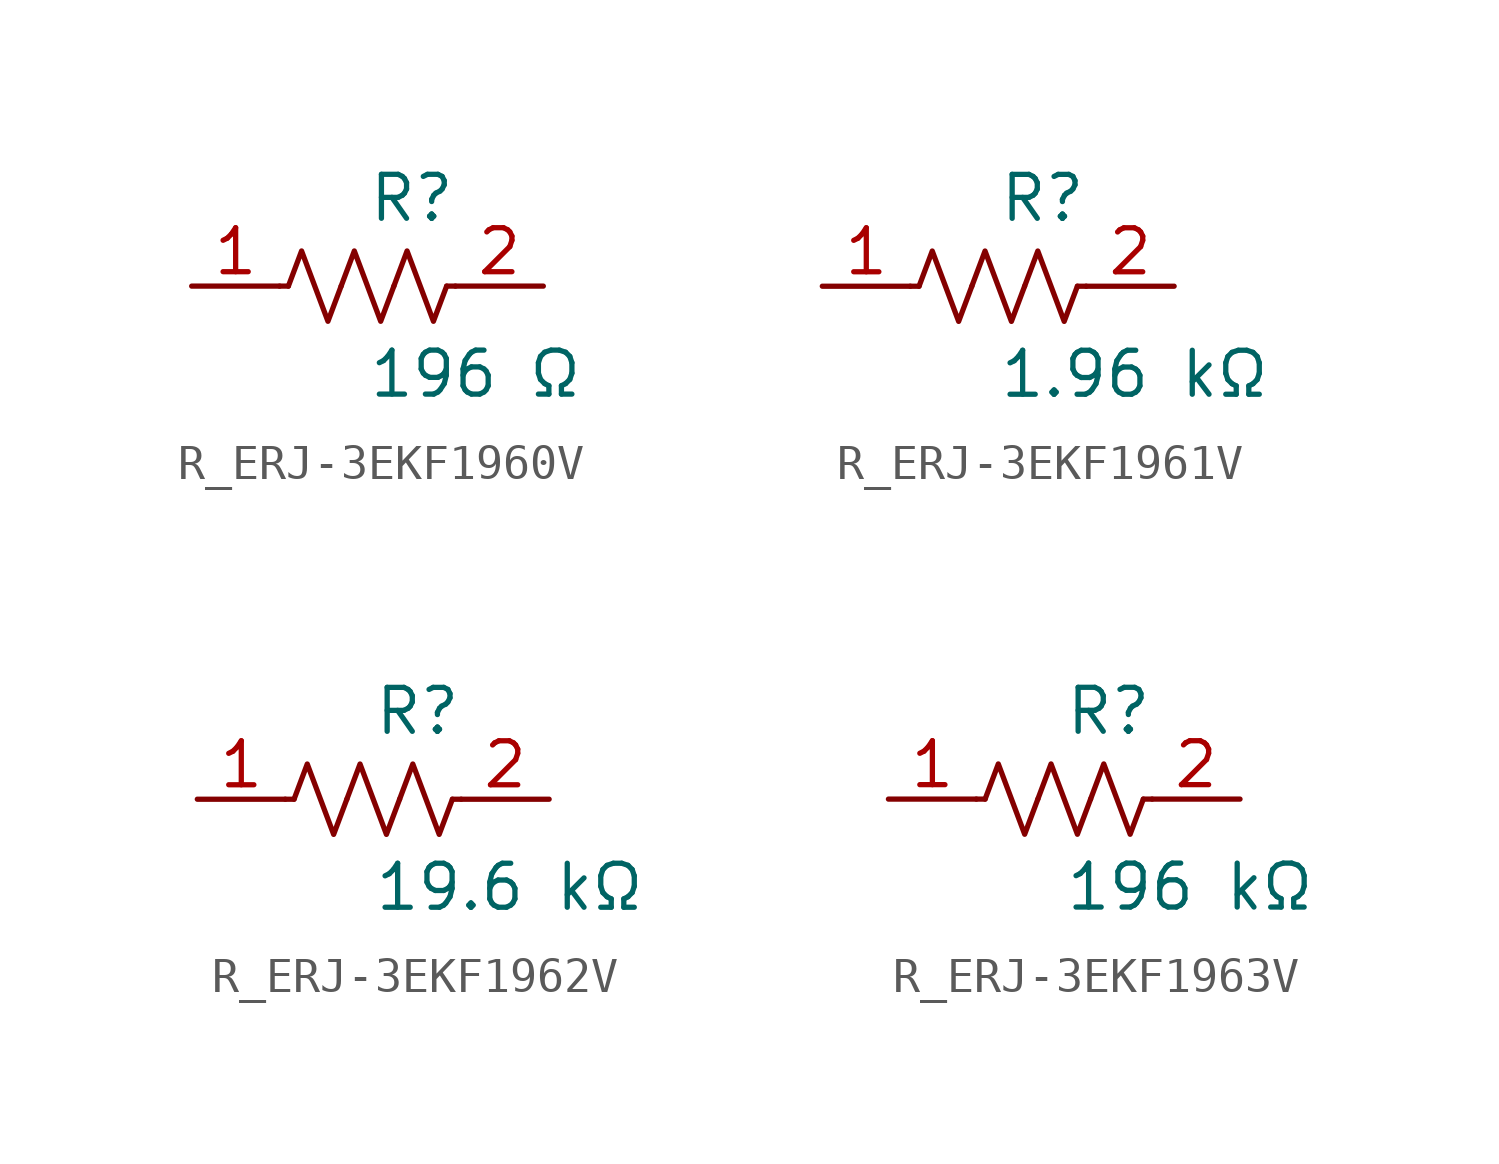
<source format=kicad_sym>
(kicad_symbol_lib
  (version 20231120)
  (generator "kicad_symbol_editor")
  (generator_version "8.0")
  (symbol "R_ERJ-3EKF1960V"
    (pin_names
      (offset 0.254))
    (property "Reference" "R"
      (at 0 2.54 0)
      (effects (font (size 1.27 1.27)) (justify left)))
    (property "Value" "196 Ω"
      (at 0 -2.54 0)
      (effects (font (size 1.27 1.27)) (justify left)))
    (symbol "R_ERJ-3EKF1960V_0_1"
      (polyline (pts (xy 2.286 0) (xy 2.54 0)) (stroke (width 0) (type default)) (fill (type none)))
      (polyline (pts (xy -2.286 0) (xy -2.54 0)) (stroke (width 0) (type default)) (fill (type none)))
      (polyline (pts (xy 0.762 0) (xy 1.143 1.016) (xy 1.524 0) (xy 1.905 -1.016) (xy 2.286 0)) (stroke (width 0) (type default)) (fill (type none)))
      (polyline (pts (xy -0.762 0) (xy -0.381 1.016) (xy 0 0) (xy 0.381 -1.016) (xy 0.762 0)) (stroke (width 0) (type default)) (fill (type none)))
      (polyline (pts (xy -2.286 0) (xy -1.905 1.016) (xy -1.524 0) (xy -1.143 -1.016) (xy -0.762 0)) (stroke (width 0) (type default)) (fill (type none))))
    (pin unspecified line
      (at -5.08 0 0)
      (length 2.54)
      (name "" (effects (font (size 1.27 1.27))))
      (number "1" (effects (font (size 1.27 1.27)))))
    (pin unspecified line
      (at 5.08 0 180)
      (length 2.54)
      (name "" (effects (font (size 1.27 1.27))))
      (number "2" (effects (font (size 1.27 1.27))))))
  (symbol "R_ERJ-3EKF1961V"
    (pin_names
      (offset 0.254))
    (property "Reference" "R"
      (at 0 2.54 0)
      (effects (font (size 1.27 1.27)) (justify left)))
    (property "Value" "1.96 kΩ"
      (at 0 -2.54 0)
      (effects (font (size 1.27 1.27)) (justify left)))
    (symbol "R_ERJ-3EKF1961V_0_1"
      (polyline (pts (xy 2.286 0) (xy 2.54 0)) (stroke (width 0) (type default)) (fill (type none)))
      (polyline (pts (xy -2.286 0) (xy -2.54 0)) (stroke (width 0) (type default)) (fill (type none)))
      (polyline (pts (xy 0.762 0) (xy 1.143 1.016) (xy 1.524 0) (xy 1.905 -1.016) (xy 2.286 0)) (stroke (width 0) (type default)) (fill (type none)))
      (polyline (pts (xy -0.762 0) (xy -0.381 1.016) (xy 0 0) (xy 0.381 -1.016) (xy 0.762 0)) (stroke (width 0) (type default)) (fill (type none)))
      (polyline (pts (xy -2.286 0) (xy -1.905 1.016) (xy -1.524 0) (xy -1.143 -1.016) (xy -0.762 0)) (stroke (width 0) (type default)) (fill (type none))))
    (pin unspecified line
      (at -5.08 0 0)
      (length 2.54)
      (name "" (effects (font (size 1.27 1.27))))
      (number "1" (effects (font (size 1.27 1.27)))))
    (pin unspecified line
      (at 5.08 0 180)
      (length 2.54)
      (name "" (effects (font (size 1.27 1.27))))
      (number "2" (effects (font (size 1.27 1.27))))))
  (symbol "R_ERJ-3EKF1962V"
    (pin_names
      (offset 0.254))
    (property "Reference" "R"
      (at 0 2.54 0)
      (effects (font (size 1.27 1.27)) (justify left)))
    (property "Value" "19.6 kΩ"
      (at 0 -2.54 0)
      (effects (font (size 1.27 1.27)) (justify left)))
    (symbol "R_ERJ-3EKF1962V_0_1"
      (polyline (pts (xy 2.286 0) (xy 2.54 0)) (stroke (width 0) (type default)) (fill (type none)))
      (polyline (pts (xy -2.286 0) (xy -2.54 0)) (stroke (width 0) (type default)) (fill (type none)))
      (polyline (pts (xy 0.762 0) (xy 1.143 1.016) (xy 1.524 0) (xy 1.905 -1.016) (xy 2.286 0)) (stroke (width 0) (type default)) (fill (type none)))
      (polyline (pts (xy -0.762 0) (xy -0.381 1.016) (xy 0 0) (xy 0.381 -1.016) (xy 0.762 0)) (stroke (width 0) (type default)) (fill (type none)))
      (polyline (pts (xy -2.286 0) (xy -1.905 1.016) (xy -1.524 0) (xy -1.143 -1.016) (xy -0.762 0)) (stroke (width 0) (type default)) (fill (type none))))
    (pin unspecified line
      (at -5.08 0 0)
      (length 2.54)
      (name "" (effects (font (size 1.27 1.27))))
      (number "1" (effects (font (size 1.27 1.27)))))
    (pin unspecified line
      (at 5.08 0 180)
      (length 2.54)
      (name "" (effects (font (size 1.27 1.27))))
      (number "2" (effects (font (size 1.27 1.27))))))
  (symbol "R_ERJ-3EKF1963V"
    (pin_names
      (offset 0.254))
    (property "Reference" "R"
      (at 0 2.54 0)
      (effects (font (size 1.27 1.27)) (justify left)))
    (property "Value" "196 kΩ"
      (at 0 -2.54 0)
      (effects (font (size 1.27 1.27)) (justify left)))
    (symbol "R_ERJ-3EKF1963V_0_1"
      (polyline (pts (xy 2.286 0) (xy 2.54 0)) (stroke (width 0) (type default)) (fill (type none)))
      (polyline (pts (xy -2.286 0) (xy -2.54 0)) (stroke (width 0) (type default)) (fill (type none)))
      (polyline (pts (xy 0.762 0) (xy 1.143 1.016) (xy 1.524 0) (xy 1.905 -1.016) (xy 2.286 0)) (stroke (width 0) (type default)) (fill (type none)))
      (polyline (pts (xy -0.762 0) (xy -0.381 1.016) (xy 0 0) (xy 0.381 -1.016) (xy 0.762 0)) (stroke (width 0) (type default)) (fill (type none)))
      (polyline (pts (xy -2.286 0) (xy -1.905 1.016) (xy -1.524 0) (xy -1.143 -1.016) (xy -0.762 0)) (stroke (width 0) (type default)) (fill (type none))))
    (pin unspecified line
      (at -5.08 0 0)
      (length 2.54)
      (name "" (effects (font (size 1.27 1.27))))
      (number "1" (effects (font (size 1.27 1.27)))))
    (pin unspecified line
      (at 5.08 0 180)
      (length 2.54)
      (name "" (effects (font (size 1.27 1.27))))
      (number "2" (effects (font (size 1.27 1.27)))))))
</source>
